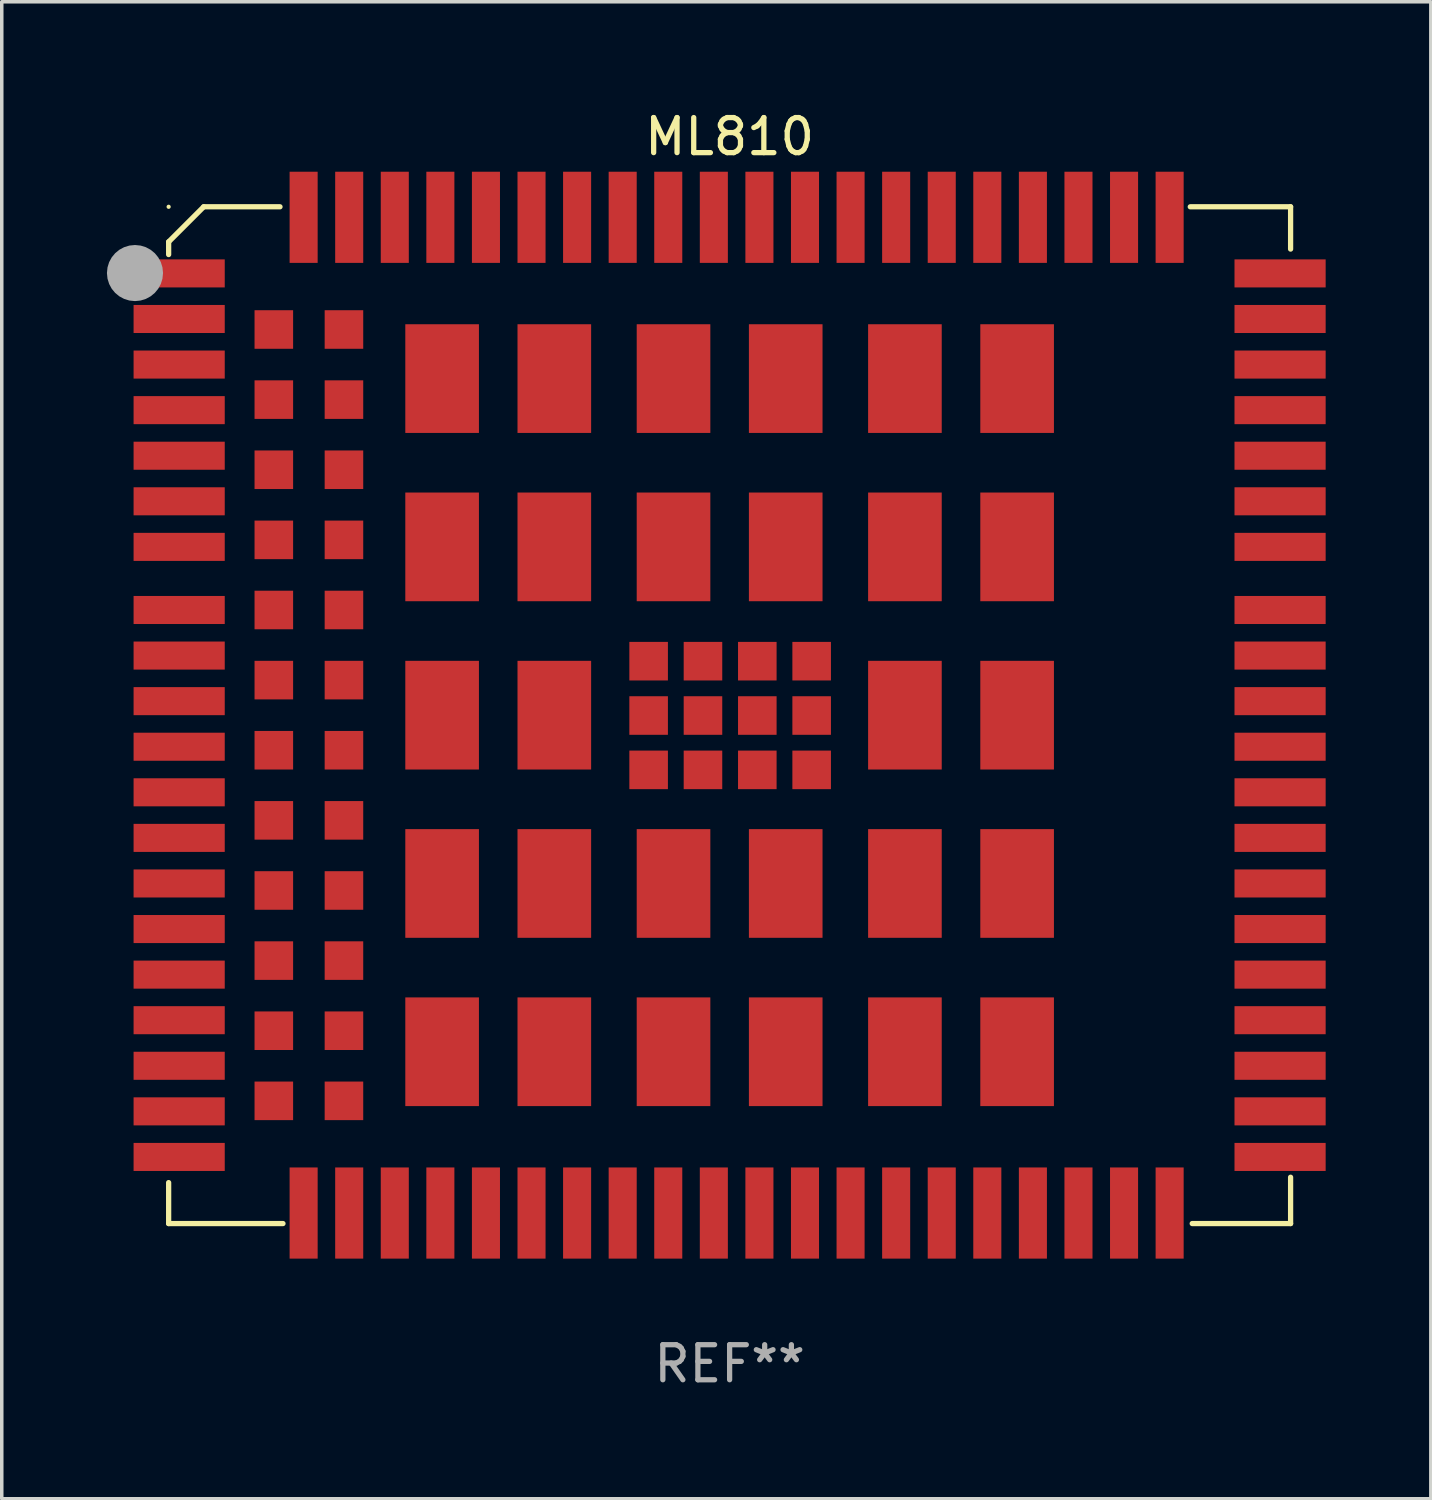
<source format=kicad_pcb>
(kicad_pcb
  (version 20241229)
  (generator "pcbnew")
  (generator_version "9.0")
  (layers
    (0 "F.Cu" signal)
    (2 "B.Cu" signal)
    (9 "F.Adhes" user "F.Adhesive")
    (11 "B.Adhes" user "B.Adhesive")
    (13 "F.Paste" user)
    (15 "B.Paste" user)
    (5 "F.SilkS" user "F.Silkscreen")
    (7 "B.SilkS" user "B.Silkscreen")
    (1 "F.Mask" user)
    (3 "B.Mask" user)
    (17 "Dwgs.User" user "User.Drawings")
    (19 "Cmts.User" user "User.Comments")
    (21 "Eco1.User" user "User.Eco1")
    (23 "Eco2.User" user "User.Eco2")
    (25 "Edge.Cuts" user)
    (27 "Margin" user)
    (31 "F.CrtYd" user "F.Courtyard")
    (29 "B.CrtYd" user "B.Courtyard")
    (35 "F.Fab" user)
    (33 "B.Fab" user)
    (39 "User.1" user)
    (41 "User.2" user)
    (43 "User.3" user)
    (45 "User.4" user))
  (footprint "ML810"
    (layer "F.Cu")
    (at 17.76 17.348)
    (property "Reference" "ML810" (at 0 -16.5 0) (layer "F.SilkS") (effects (font (size 1 1) (thickness 0.15))))
    (attr through_hole)
    (fp_line (start -16 -13.5) (end -16 -13.138) (stroke (width 0.15) (type solid)) (layer "F.SilkS"))
    (fp_line (start -16 13.332) (end -16 14.5) (stroke (width 0.15) (type solid)) (layer "F.SilkS"))
    (fp_line (start -16 14.5) (end -12.739 14.5) (stroke (width 0.15) (type solid)) (layer "F.SilkS"))
    (fp_line (start -15 -14.5) (end -16 -13.5) (stroke (width 0.15) (type solid)) (layer "F.SilkS"))
    (fp_line (start -12.824 -14.5) (end -15 -14.5) (stroke (width 0.15) (type solid)) (layer "F.SilkS"))
    (fp_line (start 13.139 -14.5) (end 16 -14.5) (stroke (width 0.15) (type solid)) (layer "F.SilkS"))
    (fp_line (start 16 -14.5) (end 16 -13.294) (stroke (width 0.15) (type solid)) (layer "F.SilkS"))
    (fp_line (start 16 13.179) (end 16 14.5) (stroke (width 0.15) (type solid)) (layer "F.SilkS"))
    (fp_line (start 16 14.5) (end 13.194 14.5) (stroke (width 0.15) (type solid)) (layer "F.SilkS"))
    (fp_circle (center -16 -14.5) (end -15.97 -14.5) (stroke (width 0.06) (type solid)) (fill no) (layer "F.SilkS"))
    (fp_circle (center -16.96 -12.61) (end -16.56 -12.61) (stroke (width 0.8) (type solid)) (fill no) (layer "F.Fab"))
    (fp_text user "REF**" (at 0 18.5 0) (layer "F.Fab") (effects (font (size 1 1) (thickness 0.15))))
    (pad "1" smd rect (at -15.7 -12.6) (size 2.6 0.8) (layers "F.Cu" "F.Mask" "F.Paste"))
    (pad "2" smd rect (at -15.7 -11.3) (size 2.6 0.8) (layers "F.Cu" "F.Mask" "F.Paste"))
    (pad "3" smd rect (at -15.7 -10) (size 2.6 0.8) (layers "F.Cu" "F.Mask" "F.Paste"))
    (pad "4" smd rect (at -15.7 -8.7) (size 2.6 0.8) (layers "F.Cu" "F.Mask" "F.Paste"))
    (pad "5" smd rect (at -15.7 -7.4) (size 2.6 0.8) (layers "F.Cu" "F.Mask" "F.Paste"))
    (pad "6" smd rect (at -15.7 -6.1) (size 2.6 0.8) (layers "F.Cu" "F.Mask" "F.Paste"))
    (pad "7" smd rect (at -15.7 -4.8) (size 2.6 0.8) (layers "F.Cu" "F.Mask" "F.Paste"))
    (pad "8" smd rect (at -15.7 -3) (size 2.6 0.8) (layers "F.Cu" "F.Mask" "F.Paste"))
    (pad "9" smd rect (at -15.7 -1.7) (size 2.6 0.8) (layers "F.Cu" "F.Mask" "F.Paste"))
    (pad "10" smd rect (at -15.7 -0.4) (size 2.6 0.8) (layers "F.Cu" "F.Mask" "F.Paste"))
    (pad "11" smd rect (at -15.7 0.9) (size 2.6 0.8) (layers "F.Cu" "F.Mask" "F.Paste"))
    (pad "12" smd rect (at -15.7 2.2) (size 2.6 0.8) (layers "F.Cu" "F.Mask" "F.Paste"))
    (pad "13" smd rect (at -15.7 3.5) (size 2.6 0.8) (layers "F.Cu" "F.Mask" "F.Paste"))
    (pad "14" smd rect (at -15.7 4.8) (size 2.6 0.8) (layers "F.Cu" "F.Mask" "F.Paste"))
    (pad "15" smd rect (at -15.7 6.1) (size 2.6 0.8) (layers "F.Cu" "F.Mask" "F.Paste"))
    (pad "16" smd rect (at -15.7 7.4) (size 2.6 0.8) (layers "F.Cu" "F.Mask" "F.Paste"))
    (pad "17" smd rect (at -15.7 8.7) (size 2.6 0.8) (layers "F.Cu" "F.Mask" "F.Paste"))
    (pad "18" smd rect (at -15.7 10) (size 2.6 0.8) (layers "F.Cu" "F.Mask" "F.Paste"))
    (pad "19" smd rect (at -15.7 11.3) (size 2.6 0.8) (layers "F.Cu" "F.Mask" "F.Paste"))
    (pad "20" smd rect (at -15.7 12.6) (size 2.6 0.8) (layers "F.Cu" "F.Mask" "F.Paste"))
    (pad "21" smd rect (at -12.15 14.2) (size 0.8 2.6) (layers "F.Cu" "F.Mask" "F.Paste"))
    (pad "22" smd rect (at -10.85 14.2) (size 0.8 2.6) (layers "F.Cu" "F.Mask" "F.Paste"))
    (pad "23" smd rect (at -9.55 14.2) (size 0.8 2.6) (layers "F.Cu" "F.Mask" "F.Paste"))
    (pad "24" smd rect (at -8.25 14.2) (size 0.8 2.6) (layers "F.Cu" "F.Mask" "F.Paste"))
    (pad "25" smd rect (at -6.95 14.2) (size 0.8 2.6) (layers "F.Cu" "F.Mask" "F.Paste"))
    (pad "26" smd rect (at -5.65 14.2) (size 0.8 2.6) (layers "F.Cu" "F.Mask" "F.Paste"))
    (pad "27" smd rect (at -4.35 14.2) (size 0.8 2.6) (layers "F.Cu" "F.Mask" "F.Paste"))
    (pad "28" smd rect (at -3.05 14.2) (size 0.8 2.6) (layers "F.Cu" "F.Mask" "F.Paste"))
    (pad "29" smd rect (at -1.75 14.2) (size 0.8 2.6) (layers "F.Cu" "F.Mask" "F.Paste"))
    (pad "30" smd rect (at -0.45 14.2) (size 0.8 2.6) (layers "F.Cu" "F.Mask" "F.Paste"))
    (pad "31" smd rect (at 0.85 14.2) (size 0.8 2.6) (layers "F.Cu" "F.Mask" "F.Paste"))
    (pad "32" smd rect (at 2.15 14.2) (size 0.8 2.6) (layers "F.Cu" "F.Mask" "F.Paste"))
    (pad "33" smd rect (at 3.45 14.2) (size 0.8 2.6) (layers "F.Cu" "F.Mask" "F.Paste"))
    (pad "34" smd rect (at 4.75 14.2) (size 0.8 2.6) (layers "F.Cu" "F.Mask" "F.Paste"))
    (pad "35" smd rect (at 6.05 14.2) (size 0.8 2.6) (layers "F.Cu" "F.Mask" "F.Paste"))
    (pad "36" smd rect (at 7.35 14.2) (size 0.8 2.6) (layers "F.Cu" "F.Mask" "F.Paste"))
    (pad "37" smd rect (at 8.65 14.2) (size 0.8 2.6) (layers "F.Cu" "F.Mask" "F.Paste"))
    (pad "38" smd rect (at 9.95 14.2) (size 0.8 2.6) (layers "F.Cu" "F.Mask" "F.Paste"))
    (pad "39" smd rect (at 11.25 14.2) (size 0.8 2.6) (layers "F.Cu" "F.Mask" "F.Paste"))
    (pad "40" smd rect (at 12.55 14.2) (size 0.8 2.6) (layers "F.Cu" "F.Mask" "F.Paste"))
    (pad "41" smd rect (at 15.7 12.6) (size 2.6 0.8) (layers "F.Cu" "F.Mask" "F.Paste"))
    (pad "42" smd rect (at 15.7 11.3) (size 2.6 0.8) (layers "F.Cu" "F.Mask" "F.Paste"))
    (pad "43" smd rect (at 15.7 10) (size 2.6 0.8) (layers "F.Cu" "F.Mask" "F.Paste"))
    (pad "44" smd rect (at 15.7 8.7) (size 2.6 0.8) (layers "F.Cu" "F.Mask" "F.Paste"))
    (pad "45" smd rect (at 15.7 7.4) (size 2.6 0.8) (layers "F.Cu" "F.Mask" "F.Paste"))
    (pad "46" smd rect (at 15.7 6.1) (size 2.6 0.8) (layers "F.Cu" "F.Mask" "F.Paste"))
    (pad "47" smd rect (at 15.7 4.8) (size 2.6 0.8) (layers "F.Cu" "F.Mask" "F.Paste"))
    (pad "48" smd rect (at 15.7 3.5) (size 2.6 0.8) (layers "F.Cu" "F.Mask" "F.Paste"))
    (pad "49" smd rect (at 15.7 2.2) (size 2.6 0.8) (layers "F.Cu" "F.Mask" "F.Paste"))
    (pad "50" smd rect (at 15.7 0.9) (size 2.6 0.8) (layers "F.Cu" "F.Mask" "F.Paste"))
    (pad "51" smd rect (at 15.7 -0.4) (size 2.6 0.8) (layers "F.Cu" "F.Mask" "F.Paste"))
    (pad "52" smd rect (at 15.7 -1.7) (size 2.6 0.8) (layers "F.Cu" "F.Mask" "F.Paste"))
    (pad "53" smd rect (at 15.7 -3) (size 2.6 0.8) (layers "F.Cu" "F.Mask" "F.Paste"))
    (pad "54" smd rect (at 15.7 -4.8) (size 2.6 0.8) (layers "F.Cu" "F.Mask" "F.Paste"))
    (pad "55" smd rect (at 15.7 -6.1) (size 2.6 0.8) (layers "F.Cu" "F.Mask" "F.Paste"))
    (pad "56" smd rect (at 15.7 -7.4) (size 2.6 0.8) (layers "F.Cu" "F.Mask" "F.Paste"))
    (pad "57" smd rect (at 15.7 -8.7) (size 2.6 0.8) (layers "F.Cu" "F.Mask" "F.Paste"))
    (pad "58" smd rect (at 15.7 -10) (size 2.6 0.8) (layers "F.Cu" "F.Mask" "F.Paste"))
    (pad "59" smd rect (at 15.7 -11.3) (size 2.6 0.8) (layers "F.Cu" "F.Mask" "F.Paste"))
    (pad "60" smd rect (at 15.7 -12.6) (size 2.6 0.8) (layers "F.Cu" "F.Mask" "F.Paste"))
    (pad "61" smd rect (at 12.55 -14.2) (size 0.8 2.6) (layers "F.Cu" "F.Mask" "F.Paste"))
    (pad "62" smd rect (at 11.25 -14.2) (size 0.8 2.6) (layers "F.Cu" "F.Mask" "F.Paste"))
    (pad "63" smd rect (at 9.95 -14.2) (size 0.8 2.6) (layers "F.Cu" "F.Mask" "F.Paste"))
    (pad "64" smd rect (at 8.65 -14.2) (size 0.8 2.6) (layers "F.Cu" "F.Mask" "F.Paste"))
    (pad "65" smd rect (at 7.35 -14.2) (size 0.8 2.6) (layers "F.Cu" "F.Mask" "F.Paste"))
    (pad "66" smd rect (at 6.05 -14.2) (size 0.8 2.6) (layers "F.Cu" "F.Mask" "F.Paste"))
    (pad "67" smd rect (at 4.75 -14.2) (size 0.8 2.6) (layers "F.Cu" "F.Mask" "F.Paste"))
    (pad "68" smd rect (at 3.45 -14.2) (size 0.8 2.6) (layers "F.Cu" "F.Mask" "F.Paste"))
    (pad "69" smd rect (at 2.15 -14.2) (size 0.8 2.6) (layers "F.Cu" "F.Mask" "F.Paste"))
    (pad "70" smd rect (at 0.85 -14.2) (size 0.8 2.6) (layers "F.Cu" "F.Mask" "F.Paste"))
    (pad "71" smd rect (at -0.45 -14.2) (size 0.8 2.6) (layers "F.Cu" "F.Mask" "F.Paste"))
    (pad "72" smd rect (at -1.75 -14.2) (size 0.8 2.6) (layers "F.Cu" "F.Mask" "F.Paste"))
    (pad "73" smd rect (at -3.05 -14.2) (size 0.8 2.6) (layers "F.Cu" "F.Mask" "F.Paste"))
    (pad "74" smd rect (at -4.35 -14.2) (size 0.8 2.6) (layers "F.Cu" "F.Mask" "F.Paste"))
    (pad "75" smd rect (at -5.65 -14.2) (size 0.8 2.6) (layers "F.Cu" "F.Mask" "F.Paste"))
    (pad "76" smd rect (at -6.95 -14.2) (size 0.8 2.6) (layers "F.Cu" "F.Mask" "F.Paste"))
    (pad "77" smd rect (at -8.25 -14.2) (size 0.8 2.6) (layers "F.Cu" "F.Mask" "F.Paste"))
    (pad "78" smd rect (at -9.55 -14.2) (size 0.8 2.6) (layers "F.Cu" "F.Mask" "F.Paste"))
    (pad "79" smd rect (at -10.85 -14.2) (size 0.8 2.6) (layers "F.Cu" "F.Mask" "F.Paste"))
    (pad "80" smd rect (at -12.15 -14.2) (size 0.8 2.6) (layers "F.Cu" "F.Mask" "F.Paste"))
    (pad "81" smd rect (at -13 -11) (size 1.1 1.1) (layers "F.Cu" "F.Mask" "F.Paste"))
    (pad "82" smd rect (at -13 -9) (size 1.1 1.1) (layers "F.Cu" "F.Mask" "F.Paste"))
    (pad "83" smd rect (at -13 -7) (size 1.1 1.1) (layers "F.Cu" "F.Mask" "F.Paste"))
    (pad "84" smd rect (at -13 -5) (size 1.1 1.1) (layers "F.Cu" "F.Mask" "F.Paste"))
    (pad "85" smd rect (at -13 -3) (size 1.1 1.1) (layers "F.Cu" "F.Mask" "F.Paste"))
    (pad "86" smd rect (at -13 -1) (size 1.1 1.1) (layers "F.Cu" "F.Mask" "F.Paste"))
    (pad "87" smd rect (at -13 1) (size 1.1 1.1) (layers "F.Cu" "F.Mask" "F.Paste"))
    (pad "88" smd rect (at -13 3) (size 1.1 1.1) (layers "F.Cu" "F.Mask" "F.Paste"))
    (pad "89" smd rect (at -13 5) (size 1.1 1.1) (layers "F.Cu" "F.Mask" "F.Paste"))
    (pad "90" smd rect (at -13 7) (size 1.1 1.1) (layers "F.Cu" "F.Mask" "F.Paste"))
    (pad "91" smd rect (at -13 9) (size 1.1 1.1) (layers "F.Cu" "F.Mask" "F.Paste"))
    (pad "92" smd rect (at -13 11) (size 1.1 1.1) (layers "F.Cu" "F.Mask" "F.Paste"))
    (pad "93" smd rect (at -11 11) (size 1.1 1.1) (layers "F.Cu" "F.Mask" "F.Paste"))
    (pad "94" smd rect (at -11 9) (size 1.1 1.1) (layers "F.Cu" "F.Mask" "F.Paste"))
    (pad "95" smd rect (at -11 7) (size 1.1 1.1) (layers "F.Cu" "F.Mask" "F.Paste"))
    (pad "96" smd rect (at -11 5) (size 1.1 1.1) (layers "F.Cu" "F.Mask" "F.Paste"))
    (pad "97" smd rect (at -11 3) (size 1.1 1.1) (layers "F.Cu" "F.Mask" "F.Paste"))
    (pad "98" smd rect (at -11 1) (size 1.1 1.1) (layers "F.Cu" "F.Mask" "F.Paste"))
    (pad "99" smd rect (at -11 -1) (size 1.1 1.1) (layers "F.Cu" "F.Mask" "F.Paste"))
    (pad "100" smd rect (at -11 -3) (size 1.1 1.1) (layers "F.Cu" "F.Mask" "F.Paste"))
    (pad "101" smd rect (at -11 -5) (size 1.1 1.1) (layers "F.Cu" "F.Mask" "F.Paste"))
    (pad "102" smd rect (at -11 -7) (size 1.1 1.1) (layers "F.Cu" "F.Mask" "F.Paste"))
    (pad "103" smd rect (at -11 -9) (size 1.1 1.1) (layers "F.Cu" "F.Mask" "F.Paste"))
    (pad "104" smd rect (at -11 -11) (size 1.1 1.1) (layers "F.Cu" "F.Mask" "F.Paste"))
    (pad "105" smd rect (at -8.2 -9.6) (size 2.1 3.1) (layers "F.Cu" "F.Mask" "F.Paste"))
    (pad "106" smd rect (at -8.2 -4.8) (size 2.1 3.1) (layers "F.Cu" "F.Mask" "F.Paste"))
    (pad "107" smd rect (at -8.2 0) (size 2.1 3.1) (layers "F.Cu" "F.Mask" "F.Paste"))
    (pad "108" smd rect (at -8.2 4.8) (size 2.1 3.1) (layers "F.Cu" "F.Mask" "F.Paste"))
    (pad "109" smd rect (at -8.2 9.6) (size 2.1 3.1) (layers "F.Cu" "F.Mask" "F.Paste"))
    (pad "110" smd rect (at -5 9.6) (size 2.1 3.1) (layers "F.Cu" "F.Mask" "F.Paste"))
    (pad "111" smd rect (at -5 4.8) (size 2.1 3.1) (layers "F.Cu" "F.Mask" "F.Paste"))
    (pad "112" smd rect (at -5 0) (size 2.1 3.1) (layers "F.Cu" "F.Mask" "F.Paste"))
    (pad "113" smd rect (at -5 -4.8) (size 2.1 3.1) (layers "F.Cu" "F.Mask" "F.Paste"))
    (pad "114" smd rect (at -5 -9.6) (size 2.1 3.1) (layers "F.Cu" "F.Mask" "F.Paste"))
    (pad "115" smd rect (at -1.6 -9.6) (size 2.1 3.1) (layers "F.Cu" "F.Mask" "F.Paste"))
    (pad "116" smd rect (at -1.6 -4.8) (size 2.1 3.1) (layers "F.Cu" "F.Mask" "F.Paste"))
    (pad "117" smd rect (at -1.6 4.8) (size 2.1 3.1) (layers "F.Cu" "F.Mask" "F.Paste"))
    (pad "118" smd rect (at -1.6 9.6) (size 2.1 3.1) (layers "F.Cu" "F.Mask" "F.Paste"))
    (pad "119" smd rect (at 1.6 9.6) (size 2.1 3.1) (layers "F.Cu" "F.Mask" "F.Paste"))
    (pad "120" smd rect (at 1.6 4.8) (size 2.1 3.1) (layers "F.Cu" "F.Mask" "F.Paste"))
    (pad "121" smd rect (at 1.6 -4.8) (size 2.1 3.1) (layers "F.Cu" "F.Mask" "F.Paste"))
    (pad "122" smd rect (at 1.6 -9.6) (size 2.1 3.1) (layers "F.Cu" "F.Mask" "F.Paste"))
    (pad "123" smd rect (at 5 -9.6) (size 2.1 3.1) (layers "F.Cu" "F.Mask" "F.Paste"))
    (pad "124" smd rect (at 5 -4.8) (size 2.1 3.1) (layers "F.Cu" "F.Mask" "F.Paste"))
    (pad "125" smd rect (at 5 0) (size 2.1 3.1) (layers "F.Cu" "F.Mask" "F.Paste"))
    (pad "126" smd rect (at 5 4.8) (size 2.1 3.1) (layers "F.Cu" "F.Mask" "F.Paste"))
    (pad "127" smd rect (at 5 9.6) (size 2.1 3.1) (layers "F.Cu" "F.Mask" "F.Paste"))
    (pad "128" smd rect (at 8.2 9.6) (size 2.1 3.1) (layers "F.Cu" "F.Mask" "F.Paste"))
    (pad "129" smd rect (at 8.2 4.8) (size 2.1 3.1) (layers "F.Cu" "F.Mask" "F.Paste"))
    (pad "130" smd rect (at 8.2 0) (size 2.1 3.1) (layers "F.Cu" "F.Mask" "F.Paste"))
    (pad "131" smd rect (at 8.2 -4.8) (size 2.1 3.1) (layers "F.Cu" "F.Mask" "F.Paste"))
    (pad "132" smd rect (at 8.2 -9.6) (size 2.1 3.1) (layers "F.Cu" "F.Mask" "F.Paste"))
    (pad "133" smd rect (at 2.34 -1.54) (size 1.1 1.1) (layers "F.Cu" "F.Mask" "F.Paste"))
    (pad "134" smd rect (at 0.79 -1.54) (size 1.1 1.1) (layers "F.Cu" "F.Mask" "F.Paste"))
    (pad "135" smd rect (at -0.76 -1.54) (size 1.1 1.1) (layers "F.Cu" "F.Mask" "F.Paste"))
    (pad "136" smd rect (at -2.31 -1.54) (size 1.1 1.1) (layers "F.Cu" "F.Mask" "F.Paste"))
    (pad "137" smd rect (at 2.34 0.01) (size 1.1 1.1) (layers "F.Cu" "F.Mask" "F.Paste"))
    (pad "138" smd rect (at 0.79 0.01) (size 1.1 1.1) (layers "F.Cu" "F.Mask" "F.Paste"))
    (pad "139" smd rect (at -0.76 0.01) (size 1.1 1.1) (layers "F.Cu" "F.Mask" "F.Paste"))
    (pad "140" smd rect (at -2.31 0.01) (size 1.1 1.1) (layers "F.Cu" "F.Mask" "F.Paste"))
    (pad "141" smd rect (at 2.34 1.56) (size 1.1 1.1) (layers "F.Cu" "F.Mask" "F.Paste"))
    (pad "142" smd rect (at 0.79 1.56) (size 1.1 1.1) (layers "F.Cu" "F.Mask" "F.Paste"))
    (pad "143" smd rect (at -0.76 1.56) (size 1.1 1.1) (layers "F.Cu" "F.Mask" "F.Paste"))
    (pad "144" smd rect (at -2.31 1.56) (size 1.1 1.1) (layers "F.Cu" "F.Mask" "F.Paste")))
  (gr_rect
    (start -3 -3)
    (end 37.76 39.697)
    (stroke (width 0.1) (type default))
    (fill no)
    (layer "Edge.Cuts")))
</source>
